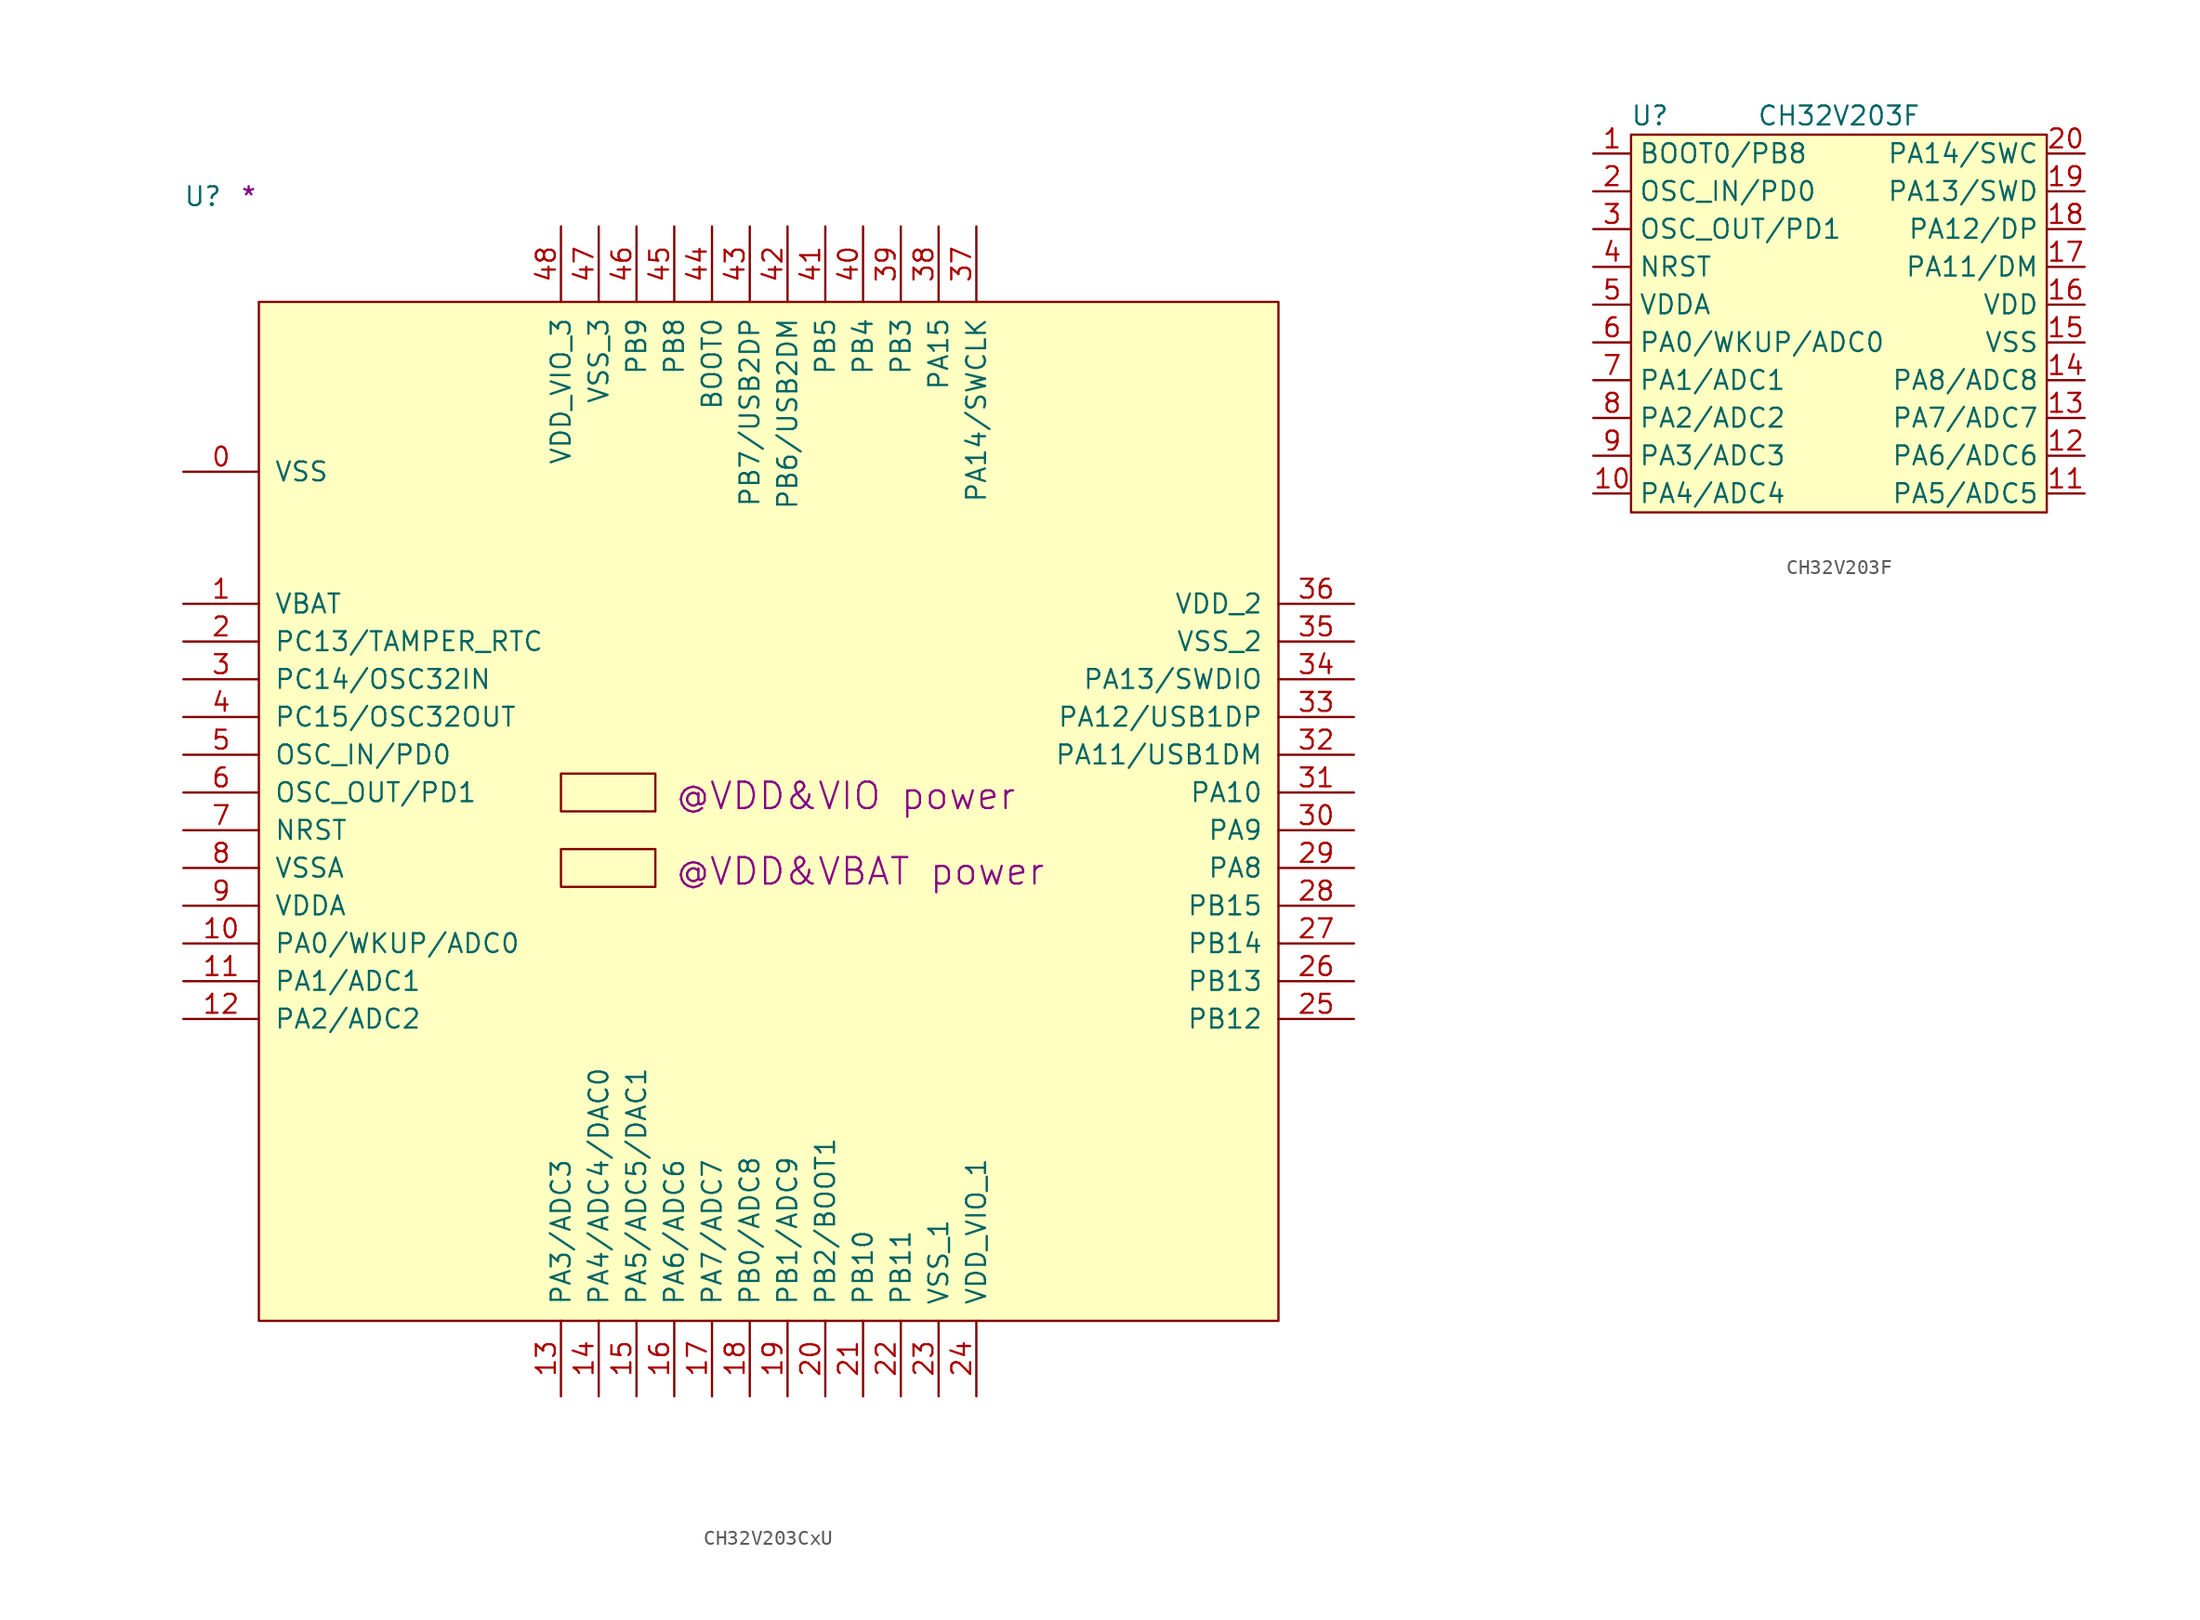
<source format=kicad_sym>
(kicad_symbol_lib
  (version 20211014)
  (generator kicad_symbol_editor)
  (symbol "CH32V203CxU"
    (pin_names
      (offset 1.016))
    (property "Reference" "U"
      (at -5.08 6.35 0)
      (effects (font (size 1.27 1.27)) (justify left bottom)))
    (property "user" "@VDD&VIO power"
      (at 27.94 -34.29 0)
      (effects (font (size 1.778 1.778)) (justify left bottom)))
    (property "user_1" "@VDD&VBAT power"
      (at 27.94 -39.37 0)
      (effects (font (size 1.778 1.778)) (justify left bottom)))
    (property "Comment" "*"
      (at -1.27 6.35 0)
      (effects (font (size 1.27 1.27)) (justify left bottom)))
    (symbol "CH32V203CxU_1_1"
      (rectangle (start 0 -68.58) (end 68.58 0) (stroke (width 0) (type default) (color 0 0 0 0)) (fill (type background)))
      (rectangle (start 20.32 -39.37) (end 26.67 -36.83) (stroke (width 0) (type default) (color 0 0 0 0)) (fill (type background)))
      (rectangle (start 20.32 -34.29) (end 26.67 -31.75) (stroke (width 0) (type default) (color 0 0 0 0)) (fill (type background)))
      (pin power_in line (at -5.08 -11.43 0) (length 5.08) (name "VSS" (effects (font (size 1.27 1.27)))) (number "0" (effects (font (size 1.27 1.27)))))
      (pin power_in line (at -5.08 -20.32 0) (length 5.08) (name "VBAT" (effects (font (size 1.27 1.27)))) (number "1" (effects (font (size 1.27 1.27)))))
      (pin bidirectional line (at -5.08 -43.18 0) (length 5.08) (name "PA0/WKUP/ADC0" (effects (font (size 1.27 1.27)))) (number "10" (effects (font (size 1.27 1.27)))))
      (pin bidirectional line (at -5.08 -45.72 0) (length 5.08) (name "PA1/ADC1" (effects (font (size 1.27 1.27)))) (number "11" (effects (font (size 1.27 1.27)))))
      (pin bidirectional line (at -5.08 -48.26 0) (length 5.08) (name "PA2/ADC2" (effects (font (size 1.27 1.27)))) (number "12" (effects (font (size 1.27 1.27)))))
      (pin bidirectional line (at 20.32 -73.66 90) (length 5.08) (name "PA3/ADC3" (effects (font (size 1.27 1.27)))) (number "13" (effects (font (size 1.27 1.27)))))
      (pin bidirectional line (at 22.86 -73.66 90) (length 5.08) (name "PA4/ADC4/DAC0" (effects (font (size 1.27 1.27)))) (number "14" (effects (font (size 1.27 1.27)))))
      (pin bidirectional line (at 25.4 -73.66 90) (length 5.08) (name "PA5/ADC5/DAC1" (effects (font (size 1.27 1.27)))) (number "15" (effects (font (size 1.27 1.27)))))
      (pin bidirectional line (at 27.94 -73.66 90) (length 5.08) (name "PA6/ADC6" (effects (font (size 1.27 1.27)))) (number "16" (effects (font (size 1.27 1.27)))))
      (pin bidirectional line (at 30.48 -73.66 90) (length 5.08) (name "PA7/ADC7" (effects (font (size 1.27 1.27)))) (number "17" (effects (font (size 1.27 1.27)))))
      (pin bidirectional line (at 33.02 -73.66 90) (length 5.08) (name "PB0/ADC8" (effects (font (size 1.27 1.27)))) (number "18" (effects (font (size 1.27 1.27)))))
      (pin bidirectional line (at 35.56 -73.66 90) (length 5.08) (name "PB1/ADC9" (effects (font (size 1.27 1.27)))) (number "19" (effects (font (size 1.27 1.27)))))
      (pin bidirectional line (at -5.08 -22.86 0) (length 5.08) (name "PC13/TAMPER_RTC" (effects (font (size 1.27 1.27)))) (number "2" (effects (font (size 1.27 1.27)))))
      (pin bidirectional line (at 38.1 -73.66 90) (length 5.08) (name "PB2/BOOT1" (effects (font (size 1.27 1.27)))) (number "20" (effects (font (size 1.27 1.27)))))
      (pin bidirectional line (at 40.64 -73.66 90) (length 5.08) (name "PB10" (effects (font (size 1.27 1.27)))) (number "21" (effects (font (size 1.27 1.27)))))
      (pin bidirectional line (at 43.18 -73.66 90) (length 5.08) (name "PB11" (effects (font (size 1.27 1.27)))) (number "22" (effects (font (size 1.27 1.27)))))
      (pin power_in line (at 45.72 -73.66 90) (length 5.08) (name "VSS_1" (effects (font (size 1.27 1.27)))) (number "23" (effects (font (size 1.27 1.27)))))
      (pin power_in line (at 48.26 -73.66 90) (length 5.08) (name "VDD_VIO_1" (effects (font (size 1.27 1.27)))) (number "24" (effects (font (size 1.27 1.27)))))
      (pin bidirectional line (at 73.66 -48.26 180) (length 5.08) (name "PB12" (effects (font (size 1.27 1.27)))) (number "25" (effects (font (size 1.27 1.27)))))
      (pin bidirectional line (at 73.66 -45.72 180) (length 5.08) (name "PB13" (effects (font (size 1.27 1.27)))) (number "26" (effects (font (size 1.27 1.27)))))
      (pin bidirectional line (at 73.66 -43.18 180) (length 5.08) (name "PB14" (effects (font (size 1.27 1.27)))) (number "27" (effects (font (size 1.27 1.27)))))
      (pin bidirectional line (at 73.66 -40.64 180) (length 5.08) (name "PB15" (effects (font (size 1.27 1.27)))) (number "28" (effects (font (size 1.27 1.27)))))
      (pin bidirectional line (at 73.66 -38.1 180) (length 5.08) (name "PA8" (effects (font (size 1.27 1.27)))) (number "29" (effects (font (size 1.27 1.27)))))
      (pin bidirectional line (at -5.08 -25.4 0) (length 5.08) (name "PC14/OSC32IN" (effects (font (size 1.27 1.27)))) (number "3" (effects (font (size 1.27 1.27)))))
      (pin bidirectional line (at 73.66 -35.56 180) (length 5.08) (name "PA9" (effects (font (size 1.27 1.27)))) (number "30" (effects (font (size 1.27 1.27)))))
      (pin bidirectional line (at 73.66 -33.02 180) (length 5.08) (name "PA10" (effects (font (size 1.27 1.27)))) (number "31" (effects (font (size 1.27 1.27)))))
      (pin bidirectional line (at 73.66 -30.48 180) (length 5.08) (name "PA11/USB1DM" (effects (font (size 1.27 1.27)))) (number "32" (effects (font (size 1.27 1.27)))))
      (pin bidirectional line (at 73.66 -27.94 180) (length 5.08) (name "PA12/USB1DP" (effects (font (size 1.27 1.27)))) (number "33" (effects (font (size 1.27 1.27)))))
      (pin bidirectional line (at 73.66 -25.4 180) (length 5.08) (name "PA13/SWDIO" (effects (font (size 1.27 1.27)))) (number "34" (effects (font (size 1.27 1.27)))))
      (pin power_in line (at 73.66 -22.86 180) (length 5.08) (name "VSS_2" (effects (font (size 1.27 1.27)))) (number "35" (effects (font (size 1.27 1.27)))))
      (pin power_in line (at 73.66 -20.32 180) (length 5.08) (name "VDD_2" (effects (font (size 1.27 1.27)))) (number "36" (effects (font (size 1.27 1.27)))))
      (pin bidirectional line (at 48.26 5.08 270) (length 5.08) (name "PA14/SWCLK" (effects (font (size 1.27 1.27)))) (number "37" (effects (font (size 1.27 1.27)))))
      (pin bidirectional line (at 45.72 5.08 270) (length 5.08) (name "PA15" (effects (font (size 1.27 1.27)))) (number "38" (effects (font (size 1.27 1.27)))))
      (pin bidirectional line (at 43.18 5.08 270) (length 5.08) (name "PB3" (effects (font (size 1.27 1.27)))) (number "39" (effects (font (size 1.27 1.27)))))
      (pin bidirectional line (at -5.08 -27.94 0) (length 5.08) (name "PC15/OSC32OUT" (effects (font (size 1.27 1.27)))) (number "4" (effects (font (size 1.27 1.27)))))
      (pin bidirectional line (at 40.64 5.08 270) (length 5.08) (name "PB4" (effects (font (size 1.27 1.27)))) (number "40" (effects (font (size 1.27 1.27)))))
      (pin bidirectional line (at 38.1 5.08 270) (length 5.08) (name "PB5" (effects (font (size 1.27 1.27)))) (number "41" (effects (font (size 1.27 1.27)))))
      (pin bidirectional line (at 35.56 5.08 270) (length 5.08) (name "PB6/USB2DM" (effects (font (size 1.27 1.27)))) (number "42" (effects (font (size 1.27 1.27)))))
      (pin bidirectional line (at 33.02 5.08 270) (length 5.08) (name "PB7/USB2DP" (effects (font (size 1.27 1.27)))) (number "43" (effects (font (size 1.27 1.27)))))
      (pin input line (at 30.48 5.08 270) (length 5.08) (name "BOOT0" (effects (font (size 1.27 1.27)))) (number "44" (effects (font (size 1.27 1.27)))))
      (pin bidirectional line (at 27.94 5.08 270) (length 5.08) (name "PB8" (effects (font (size 1.27 1.27)))) (number "45" (effects (font (size 1.27 1.27)))))
      (pin bidirectional line (at 25.4 5.08 270) (length 5.08) (name "PB9" (effects (font (size 1.27 1.27)))) (number "46" (effects (font (size 1.27 1.27)))))
      (pin power_in line (at 22.86 5.08 270) (length 5.08) (name "VSS_3" (effects (font (size 1.27 1.27)))) (number "47" (effects (font (size 1.27 1.27)))))
      (pin power_in line (at 20.32 5.08 270) (length 5.08) (name "VDD_VIO_3" (effects (font (size 1.27 1.27)))) (number "48" (effects (font (size 1.27 1.27)))))
      (pin input line (at -5.08 -30.48 0) (length 5.08) (name "OSC_IN/PD0" (effects (font (size 1.27 1.27)))) (number "5" (effects (font (size 1.27 1.27)))))
      (pin output line (at -5.08 -33.02 0) (length 5.08) (name "OSC_OUT/PD1" (effects (font (size 1.27 1.27)))) (number "6" (effects (font (size 1.27 1.27)))))
      (pin input line (at -5.08 -35.56 0) (length 5.08) (name "NRST" (effects (font (size 1.27 1.27)))) (number "7" (effects (font (size 1.27 1.27)))))
      (pin power_in line (at -5.08 -38.1 0) (length 5.08) (name "VSSA" (effects (font (size 1.27 1.27)))) (number "8" (effects (font (size 1.27 1.27)))))
      (pin power_in line (at -5.08 -40.64 0) (length 5.08) (name "VDDA" (effects (font (size 1.27 1.27)))) (number "9" (effects (font (size 1.27 1.27)))))))
  (symbol "CH32V203F"
    (property "Reference" "U"
      (at -12.7 13.97 0)
      (effects (font (size 1.27 1.27))))
    (property "Value" "CH32V203F"
      (at 0 13.97 0)
      (effects (font (size 1.27 1.27))))
    (symbol "CH32V203F_0_1"
      (rectangle (start -13.97 12.7) (end 13.97 -12.7) (stroke (width 0) (type default) (color 0 0 0 0)) (fill (type background))))
    (symbol "CH32V203F_1_1"
      (pin bidirectional line (at -16.51 11.43 0) (length 2.54) (name "BOOT0/PB8" (effects (font (size 1.27 1.27)))) (number "1" (effects (font (size 1.27 1.27)))))
      (pin bidirectional line (at -16.51 -11.43 0) (length 2.54) (name "PA4/ADC4" (effects (font (size 1.27 1.27)))) (number "10" (effects (font (size 1.27 1.27)))))
      (pin bidirectional line (at 16.51 -11.43 180) (length 2.54) (name "PA5/ADC5" (effects (font (size 1.27 1.27)))) (number "11" (effects (font (size 1.27 1.27)))))
      (pin bidirectional line (at 16.51 -8.89 180) (length 2.54) (name "PA6/ADC6" (effects (font (size 1.27 1.27)))) (number "12" (effects (font (size 1.27 1.27)))))
      (pin bidirectional line (at 16.51 -6.35 180) (length 2.54) (name "PA7/ADC7" (effects (font (size 1.27 1.27)))) (number "13" (effects (font (size 1.27 1.27)))))
      (pin bidirectional line (at 16.51 -3.81 180) (length 2.54) (name "PA8/ADC8" (effects (font (size 1.27 1.27)))) (number "14" (effects (font (size 1.27 1.27)))))
      (pin power_in line (at 16.51 -1.27 180) (length 2.54) (name "VSS" (effects (font (size 1.27 1.27)))) (number "15" (effects (font (size 1.27 1.27)))))
      (pin power_in line (at 16.51 1.27 180) (length 2.54) (name "VDD" (effects (font (size 1.27 1.27)))) (number "16" (effects (font (size 1.27 1.27)))))
      (pin bidirectional line (at 16.51 3.81 180) (length 2.54) (name "PA11/DM" (effects (font (size 1.27 1.27)))) (number "17" (effects (font (size 1.27 1.27)))))
      (pin bidirectional line (at 16.51 6.35 180) (length 2.54) (name "PA12/DP" (effects (font (size 1.27 1.27)))) (number "18" (effects (font (size 1.27 1.27)))))
      (pin bidirectional line (at 16.51 8.89 180) (length 2.54) (name "PA13/SWD" (effects (font (size 1.27 1.27)))) (number "19" (effects (font (size 1.27 1.27)))))
      (pin bidirectional line (at -16.51 8.89 0) (length 2.54) (name "OSC_IN/PD0" (effects (font (size 1.27 1.27)))) (number "2" (effects (font (size 1.27 1.27)))))
      (pin bidirectional line (at 16.51 11.43 180) (length 2.54) (name "PA14/SWC" (effects (font (size 1.27 1.27)))) (number "20" (effects (font (size 1.27 1.27)))))
      (pin bidirectional line (at -16.51 6.35 0) (length 2.54) (name "OSC_OUT/PD1" (effects (font (size 1.27 1.27)))) (number "3" (effects (font (size 1.27 1.27)))))
      (pin bidirectional line (at -16.51 3.81 0) (length 2.54) (name "NRST" (effects (font (size 1.27 1.27)))) (number "4" (effects (font (size 1.27 1.27)))))
      (pin power_in line (at -16.51 1.27 0) (length 2.54) (name "VDDA" (effects (font (size 1.27 1.27)))) (number "5" (effects (font (size 1.27 1.27)))))
      (pin bidirectional line (at -16.51 -1.27 0) (length 2.54) (name "PA0/WKUP/ADC0" (effects (font (size 1.27 1.27)))) (number "6" (effects (font (size 1.27 1.27)))))
      (pin bidirectional line (at -16.51 -3.81 0) (length 2.54) (name "PA1/ADC1" (effects (font (size 1.27 1.27)))) (number "7" (effects (font (size 1.27 1.27)))))
      (pin bidirectional line (at -16.51 -6.35 0) (length 2.54) (name "PA2/ADC2" (effects (font (size 1.27 1.27)))) (number "8" (effects (font (size 1.27 1.27)))))
      (pin bidirectional line (at -16.51 -8.89 0) (length 2.54) (name "PA3/ADC3" (effects (font (size 1.27 1.27)))) (number "9" (effects (font (size 1.27 1.27))))))))
</source>
